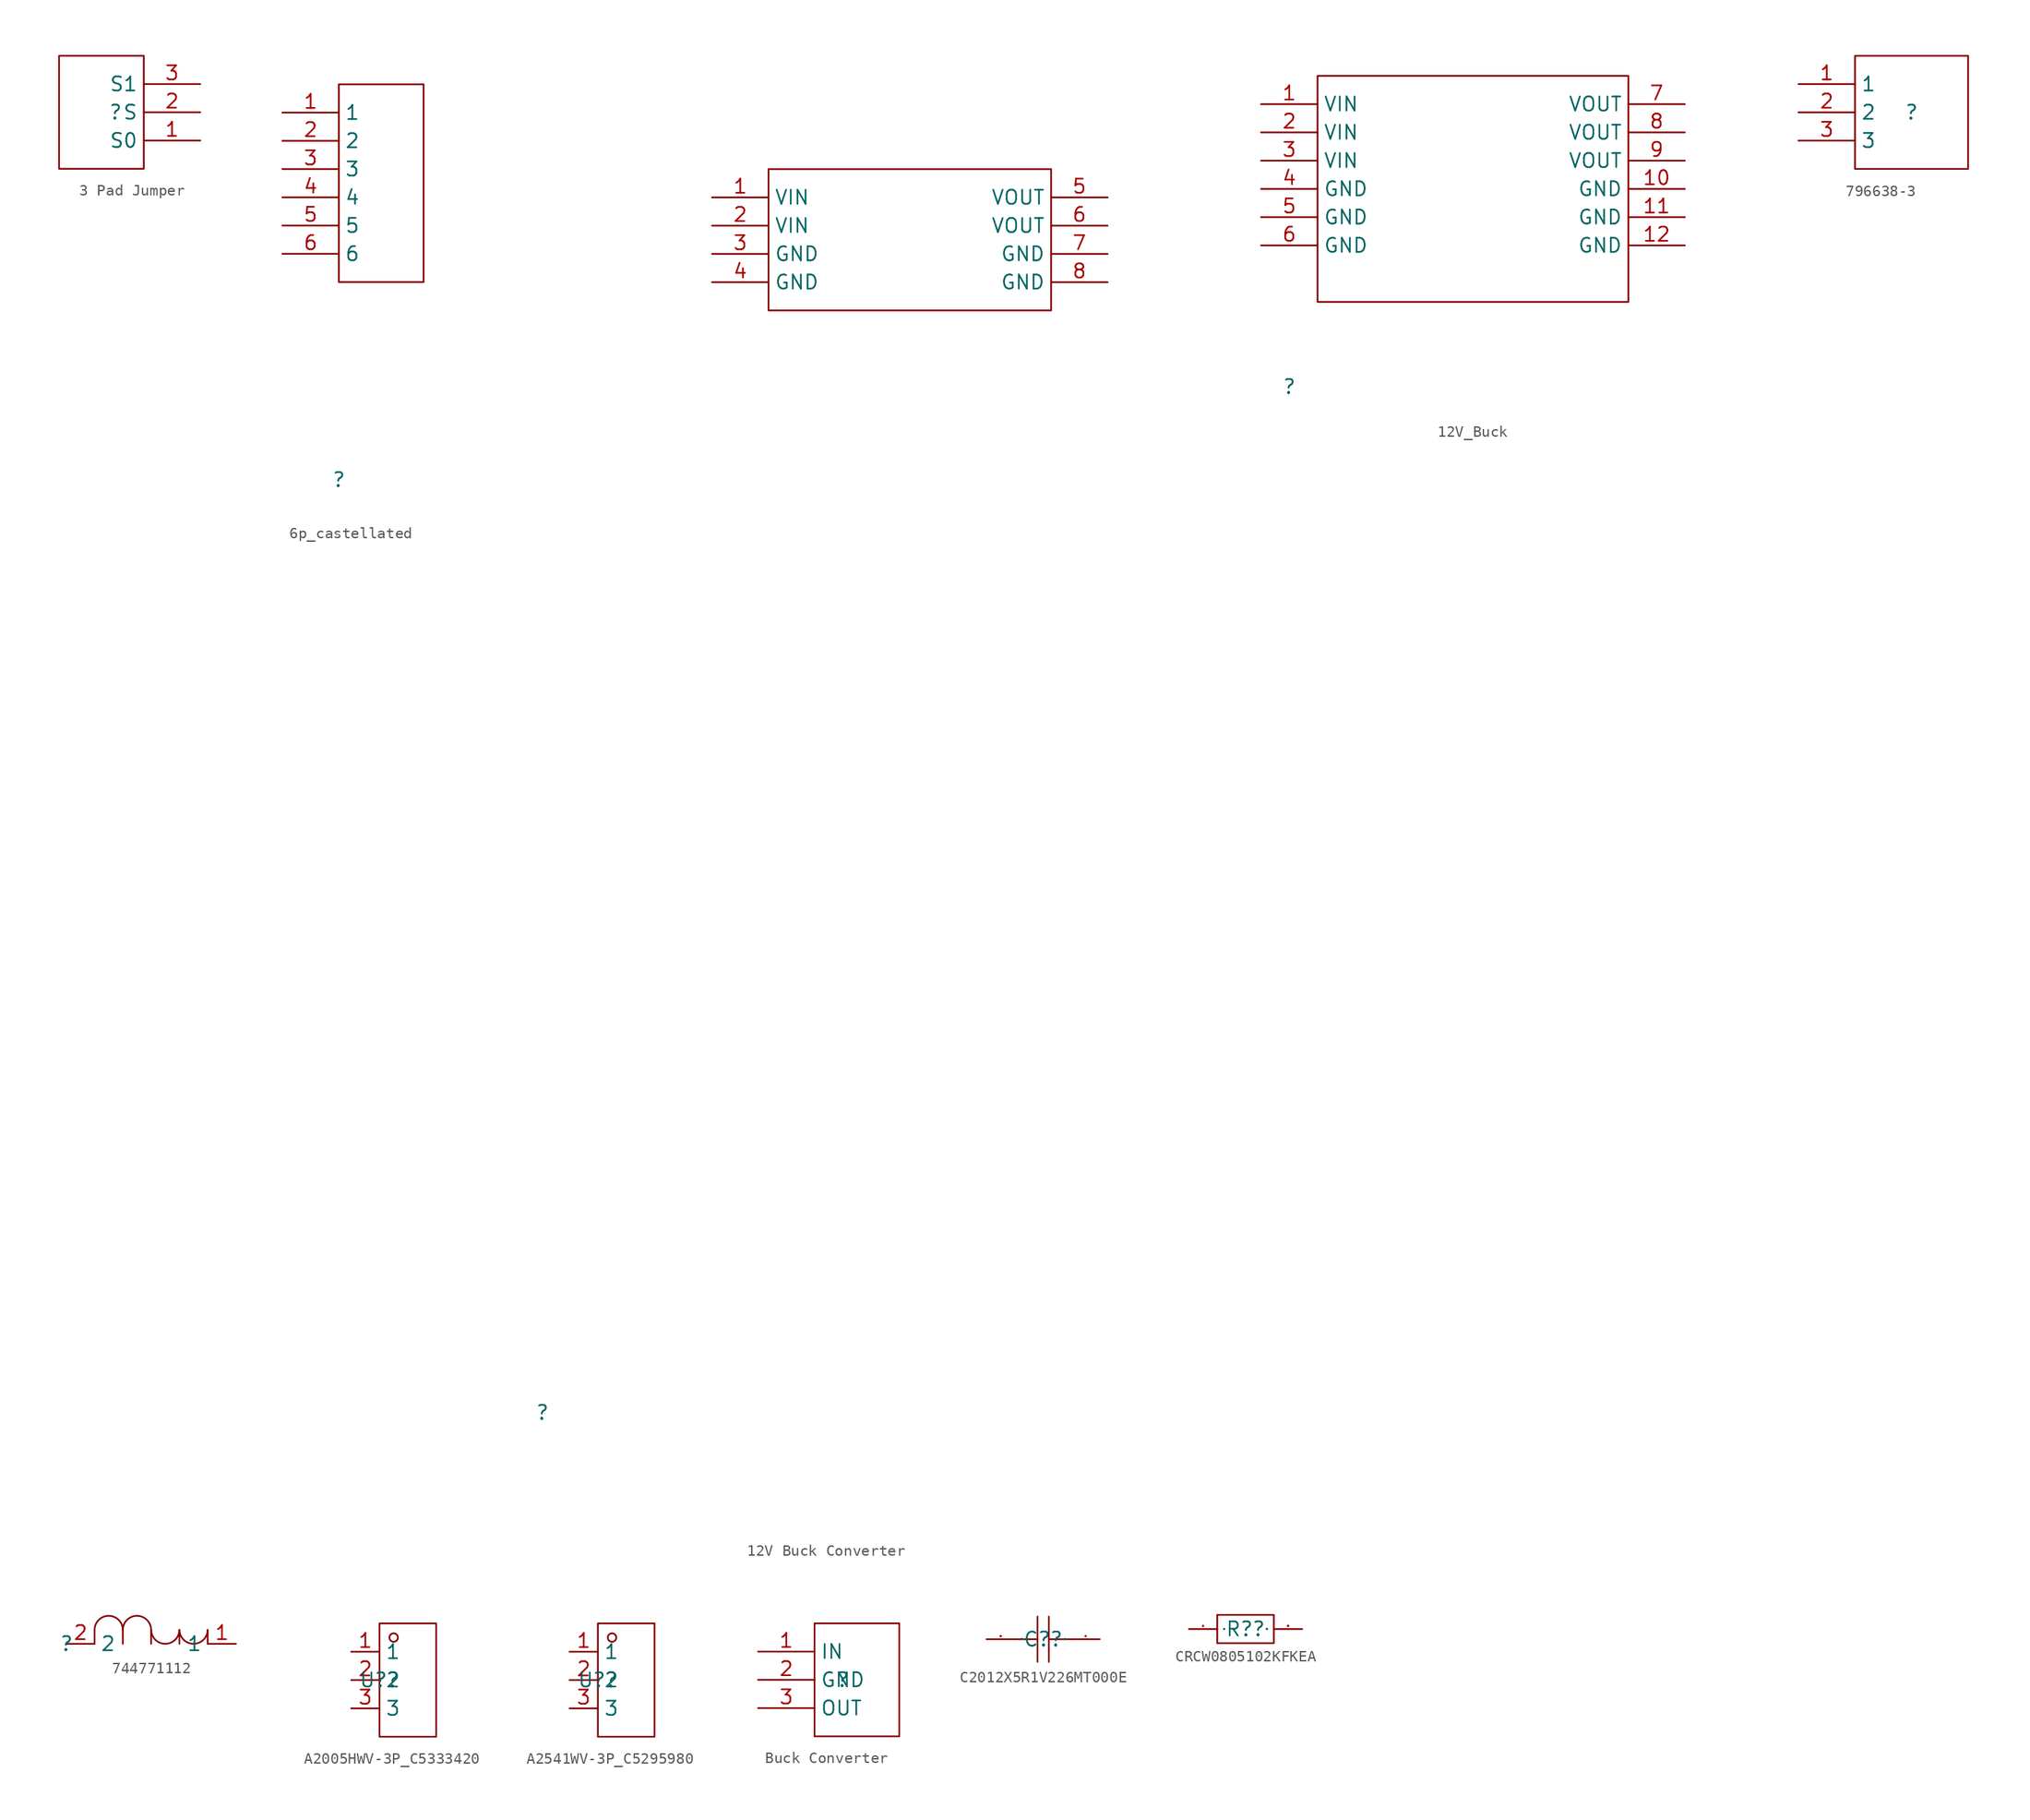
<source format=kicad_sym>
(kicad_symbol_lib
  (version 20231120)
  (generator "kicad_symbol_editor")
  (generator_version "8.0")
  (symbol "3 Pad Jumper"
    (property "Reference" ""
      (at 0 0 0)
      (effects (font (size 1.27 1.27))))
    (property "Value" ""
      (at 0 0 0)
      (effects (font (size 1.27 1.27))))
    (symbol "3 Pad Jumper_1_0"
      (rectangle (start -5.08 5.08) (end 2.54 -5.08) (stroke (width 0) (type default)) (fill (type none)))
      (pin input line (at 7.62 -2.54 180) (length 5.08) (name "S0" (effects (font (size 1.27 1.27)))) (number "1" (effects (font (size 1.27 1.27)))))
      (pin input line (at 7.62 0 180) (length 5.08) (name "S" (effects (font (size 1.27 1.27)))) (number "2" (effects (font (size 1.27 1.27)))))
      (pin input line (at 7.62 2.54 180) (length 5.08) (name "S1" (effects (font (size 1.27 1.27)))) (number "3" (effects (font (size 1.27 1.27)))))))
  (symbol "6p_castellated"
    (property "Reference" ""
      (at 0 0 0)
      (effects (font (size 1.27 1.27))))
    (property "Value" ""
      (at 0 0 0)
      (effects (font (size 1.27 1.27))))
    (symbol "6p_castellated_1_0"
      (rectangle (start 0 35.56) (end 7.62 17.78) (stroke (width 0) (type default)) (fill (type none)))
      (pin input line (at -5.08 33.02 0) (length 5.08) (name "1" (effects (font (size 1.27 1.27)))) (number "1" (effects (font (size 1.27 1.27)))))
      (pin input line (at -5.08 30.48 0) (length 5.08) (name "2" (effects (font (size 1.27 1.27)))) (number "2" (effects (font (size 1.27 1.27)))))
      (pin input line (at -5.08 27.94 0) (length 5.08) (name "3" (effects (font (size 1.27 1.27)))) (number "3" (effects (font (size 1.27 1.27)))))
      (pin input line (at -5.08 25.4 0) (length 5.08) (name "4" (effects (font (size 1.27 1.27)))) (number "4" (effects (font (size 1.27 1.27)))))
      (pin input line (at -5.08 22.86 0) (length 5.08) (name "5" (effects (font (size 1.27 1.27)))) (number "5" (effects (font (size 1.27 1.27)))))
      (pin input line (at -5.08 20.32 0) (length 5.08) (name "6" (effects (font (size 1.27 1.27)))) (number "6" (effects (font (size 1.27 1.27)))))))
  (symbol "12V Buck Converter"
    (property "Reference" ""
      (at 0 0 0)
      (effects (font (size 1.27 1.27))))
    (property "Value" ""
      (at 0 0 0)
      (effects (font (size 1.27 1.27))))
    (symbol "12V Buck Converter_1_0"
      (rectangle (start 20.32 111.76) (end 45.72 99.06) (stroke (width 0) (type default)) (fill (type none)))
      (pin input line (at 15.24 109.22 0) (length 5.08) (name "VIN" (effects (font (size 1.27 1.27)))) (number "1" (effects (font (size 1.27 1.27)))))
      (pin input line (at 15.24 106.68 0) (length 5.08) (name "VIN" (effects (font (size 1.27 1.27)))) (number "2" (effects (font (size 1.27 1.27)))))
      (pin input line (at 15.24 104.14 0) (length 5.08) (name "GND" (effects (font (size 1.27 1.27)))) (number "3" (effects (font (size 1.27 1.27)))))
      (pin input line (at 15.24 101.6 0) (length 5.08) (name "GND" (effects (font (size 1.27 1.27)))) (number "4" (effects (font (size 1.27 1.27)))))
      (pin unspecified line (at 50.8 109.22 180) (length 5.08) (name "VOUT" (effects (font (size 1.27 1.27)))) (number "5" (effects (font (size 1.27 1.27)))))
      (pin unspecified line (at 50.8 106.68 180) (length 5.08) (name "VOUT" (effects (font (size 1.27 1.27)))) (number "6" (effects (font (size 1.27 1.27)))))
      (pin input line (at 50.8 104.14 180) (length 5.08) (name "GND" (effects (font (size 1.27 1.27)))) (number "7" (effects (font (size 1.27 1.27)))))
      (pin input line (at 50.8 101.6 180) (length 5.08) (name "GND" (effects (font (size 1.27 1.27)))) (number "8" (effects (font (size 1.27 1.27)))))))
  (symbol "12V_Buck"
    (property "Reference" ""
      (at 0 0 0)
      (effects (font (size 1.27 1.27))))
    (property "Value" ""
      (at 0 0 0)
      (effects (font (size 1.27 1.27))))
    (symbol "12V_Buck_1_0"
      (rectangle (start 2.54 27.94) (end 30.48 7.62) (stroke (width 0) (type default)) (fill (type none)))
      (pin input line (at -2.54 25.4 0) (length 5.08) (name "VIN" (effects (font (size 1.27 1.27)))) (number "1" (effects (font (size 1.27 1.27)))))
      (pin output line (at 35.56 17.78 180) (length 5.08) (name "GND" (effects (font (size 1.27 1.27)))) (number "10" (effects (font (size 1.27 1.27)))))
      (pin output line (at 35.56 15.24 180) (length 5.08) (name "GND" (effects (font (size 1.27 1.27)))) (number "11" (effects (font (size 1.27 1.27)))))
      (pin output line (at 35.56 12.7 180) (length 5.08) (name "GND" (effects (font (size 1.27 1.27)))) (number "12" (effects (font (size 1.27 1.27)))))
      (pin input line (at -2.54 22.86 0) (length 5.08) (name "VIN" (effects (font (size 1.27 1.27)))) (number "2" (effects (font (size 1.27 1.27)))))
      (pin input line (at -2.54 20.32 0) (length 5.08) (name "VIN" (effects (font (size 1.27 1.27)))) (number "3" (effects (font (size 1.27 1.27)))))
      (pin output line (at -2.54 17.78 0) (length 5.08) (name "GND" (effects (font (size 1.27 1.27)))) (number "4" (effects (font (size 1.27 1.27)))))
      (pin output line (at -2.54 15.24 0) (length 5.08) (name "GND" (effects (font (size 1.27 1.27)))) (number "5" (effects (font (size 1.27 1.27)))))
      (pin output line (at -2.54 12.7 0) (length 5.08) (name "GND" (effects (font (size 1.27 1.27)))) (number "6" (effects (font (size 1.27 1.27)))))
      (pin output line (at 35.56 25.4 180) (length 5.08) (name "VOUT" (effects (font (size 1.27 1.27)))) (number "7" (effects (font (size 1.27 1.27)))))
      (pin output line (at 35.56 22.86 180) (length 5.08) (name "VOUT" (effects (font (size 1.27 1.27)))) (number "8" (effects (font (size 1.27 1.27)))))
      (pin output line (at 35.56 20.32 180) (length 5.08) (name "VOUT" (effects (font (size 1.27 1.27)))) (number "9" (effects (font (size 1.27 1.27)))))))
  (symbol "796638-3"
    (property "Reference" ""
      (at 0 0 0)
      (effects (font (size 1.27 1.27))))
    (property "Value" ""
      (at 0 0 0)
      (effects (font (size 1.27 1.27))))
    (symbol "796638-3_1_0"
      (rectangle (start -5.08 -5.08) (end 5.08 5.08) (stroke (width 0) (type default)) (fill (type none)))
      (pin input line (at -10.16 2.54 0) (length 5.08) (name "1" (effects (font (size 1.27 1.27)))) (number "1" (effects (font (size 1.27 1.27)))))
      (pin input line (at -10.16 0 0) (length 5.08) (name "2" (effects (font (size 1.27 1.27)))) (number "2" (effects (font (size 1.27 1.27)))))
      (pin input line (at -10.16 -2.54 0) (length 5.08) (name "3" (effects (font (size 1.27 1.27)))) (number "3" (effects (font (size 1.27 1.27)))))))
  (symbol "744771112"
    (property "Reference" ""
      (at 0 0 0)
      (effects (font (size 1.27 1.27))))
    (property "Value" ""
      (at 0 0 0)
      (effects (font (size 1.27 1.27))))
    (symbol "744771112_1_0"
      (polyline (pts (xy 2.515 0) (xy 2.515 1.245)) (stroke (width 0) (type default)) (fill (type none)))
      (polyline (pts (xy 5.055 0) (xy 5.055 1.245)) (stroke (width 0) (type default)) (fill (type none)))
      (polyline (pts (xy 7.595 0) (xy 7.595 1.245)) (stroke (width 0) (type default)) (fill (type none)))
      (polyline (pts (xy 10.135 0) (xy 10.135 1.245)) (stroke (width 0) (type default)) (fill (type none)))
      (polyline (pts (xy 12.675 0) (xy 12.675 1.245)) (stroke (width 0) (type default)) (fill (type none)))
      (arc (start 5.0546 1.2446) (mid 3.7846 2.5146) (end 2.5146 1.2446) (stroke (width 0) (type default)) (fill (type none)))
      (arc (start 7.5946 1.2446) (mid 6.3246 2.5146) (end 5.0546 1.2446) (stroke (width 0) (type default)) (fill (type none)))
      (arc (start 7.5946 1.2446) (mid 8.8646 -0.0001) (end 10.1346 1.2446) (stroke (width 0) (type default)) (fill (type none)))
      (arc (start 10.1346 1.2446) (mid 11.4046 -0.0001) (end 12.6746 1.2446) (stroke (width 0) (type default)) (fill (type none)))
      (pin input line (at 15.215 0 180) (length 2.515) (name "1" (effects (font (size 1.27 1.27)))) (number "1" (effects (font (size 1.27 1.27)))))
      (pin input line (at 0 0 0) (length 2.515) (name "2" (effects (font (size 1.27 1.27)))) (number "2" (effects (font (size 1.27 1.27)))))))
  (symbol "A2005HWV-3P_C5333420"
    (property "Reference" "U?"
      (at 0 0 0)
      (effects (font (size 1.27 1.27))))
    (property "Value" ""
      (at 0 0 0)
      (effects (font (size 1.27 1.27))))
    (symbol "A2005HWV-3P_C5333420_1_0"
      (rectangle (start 0 -5.08) (end 5.08 5.08) (stroke (width 0) (type default)) (fill (type none)))
      (circle (center 1.27 3.81) (radius 0.381) (stroke (width 0) (type default)) (fill (type none)))
      (pin input line (at -2.54 2.54 0) (length 2.54) (name "1" (effects (font (size 1.27 1.27)))) (number "1" (effects (font (size 1.27 1.27)))))
      (pin input line (at -2.54 0 0) (length 2.54) (name "2" (effects (font (size 1.27 1.27)))) (number "2" (effects (font (size 1.27 1.27)))))
      (pin input line (at -2.54 -2.54 0) (length 2.54) (name "3" (effects (font (size 1.27 1.27)))) (number "3" (effects (font (size 1.27 1.27)))))))
  (symbol "A2541WV-3P_C5295980"
    (property "Reference" "U?"
      (at 0 0 0)
      (effects (font (size 1.27 1.27))))
    (property "Value" ""
      (at 0 0 0)
      (effects (font (size 1.27 1.27))))
    (symbol "A2541WV-3P_C5295980_1_0"
      (rectangle (start 0 -5.08) (end 5.08 5.08) (stroke (width 0) (type default)) (fill (type none)))
      (circle (center 1.27 3.81) (radius 0.381) (stroke (width 0) (type default)) (fill (type none)))
      (pin input line (at -2.54 2.54 0) (length 2.54) (name "1" (effects (font (size 1.27 1.27)))) (number "1" (effects (font (size 1.27 1.27)))))
      (pin input line (at -2.54 0 0) (length 2.54) (name "2" (effects (font (size 1.27 1.27)))) (number "2" (effects (font (size 1.27 1.27)))))
      (pin input line (at -2.54 -2.54 0) (length 2.54) (name "3" (effects (font (size 1.27 1.27)))) (number "3" (effects (font (size 1.27 1.27)))))))
  (symbol "Buck Converter"
    (property "Reference" ""
      (at 0 0 0)
      (effects (font (size 1.27 1.27))))
    (property "Value" ""
      (at 0 0 0)
      (effects (font (size 1.27 1.27))))
    (symbol "Buck Converter_1_0"
      (rectangle (start -2.54 5.08) (end 5.08 -5.08) (stroke (width 0) (type default)) (fill (type none)))
      (pin input line (at -7.62 2.54 0) (length 5.08) (name "IN" (effects (font (size 1.27 1.27)))) (number "1" (effects (font (size 1.27 1.27)))))
      (pin input line (at -7.62 0 0) (length 5.08) (name "GND" (effects (font (size 1.27 1.27)))) (number "2" (effects (font (size 1.27 1.27)))))
      (pin input line (at -7.62 -2.54 0) (length 5.08) (name "OUT" (effects (font (size 1.27 1.27)))) (number "3" (effects (font (size 1.27 1.27)))))))
  (symbol "C2012X5R1V226MT000E"
    (property "Reference" "C?"
      (at 0 0 0)
      (effects (font (size 1.27 1.27))))
    (property "Value" ""
      (at 0 0 0)
      (effects (font (size 1.27 1.27))))
    (symbol "C2012X5R1V226MT000E_1_0"
      (polyline (pts (xy -2.54 0) (xy -0.508 0)) (stroke (width 0) (type default)) (fill (type none)))
      (polyline (pts (xy -0.508 -2.032) (xy -0.508 2.032)) (stroke (width 0) (type default)) (fill (type none)))
      (polyline (pts (xy 0.508 0) (xy 2.54 0)) (stroke (width 0) (type default)) (fill (type none)))
      (polyline (pts (xy 0.508 2.032) (xy 0.508 -2.032)) (stroke (width 0) (type default)) (fill (type none)))
      (pin input line (at 5.08 0 180) (length 2.54) (name "1" (effects (font (size 0.025 0.025)))) (number "1" (effects (font (size 0.025 0.025)))))
      (pin input line (at -5.08 0 0) (length 2.54) (name "2" (effects (font (size 0.025 0.025)))) (number "2" (effects (font (size 0.025 0.025)))))))
  (symbol "CRCW0805102KFKEA"
    (property "Reference" "R?"
      (at 0 0 0)
      (effects (font (size 1.27 1.27))))
    (property "Value" ""
      (at 0 0 0)
      (effects (font (size 1.27 1.27))))
    (symbol "CRCW0805102KFKEA_1_0"
      (rectangle (start -2.54 -1.27) (end 2.54 1.27) (stroke (width 0) (type default)) (fill (type none)))
      (pin unspecified line (at -5.08 0 0) (length 2.54) (name "1" (effects (font (size 0.025 0.025)))) (number "1" (effects (font (size 0.025 0.025)))))
      (pin unspecified line (at 5.08 0 180) (length 2.54) (name "2" (effects (font (size 0.025 0.025)))) (number "2" (effects (font (size 0.025 0.025))))))))
</source>
